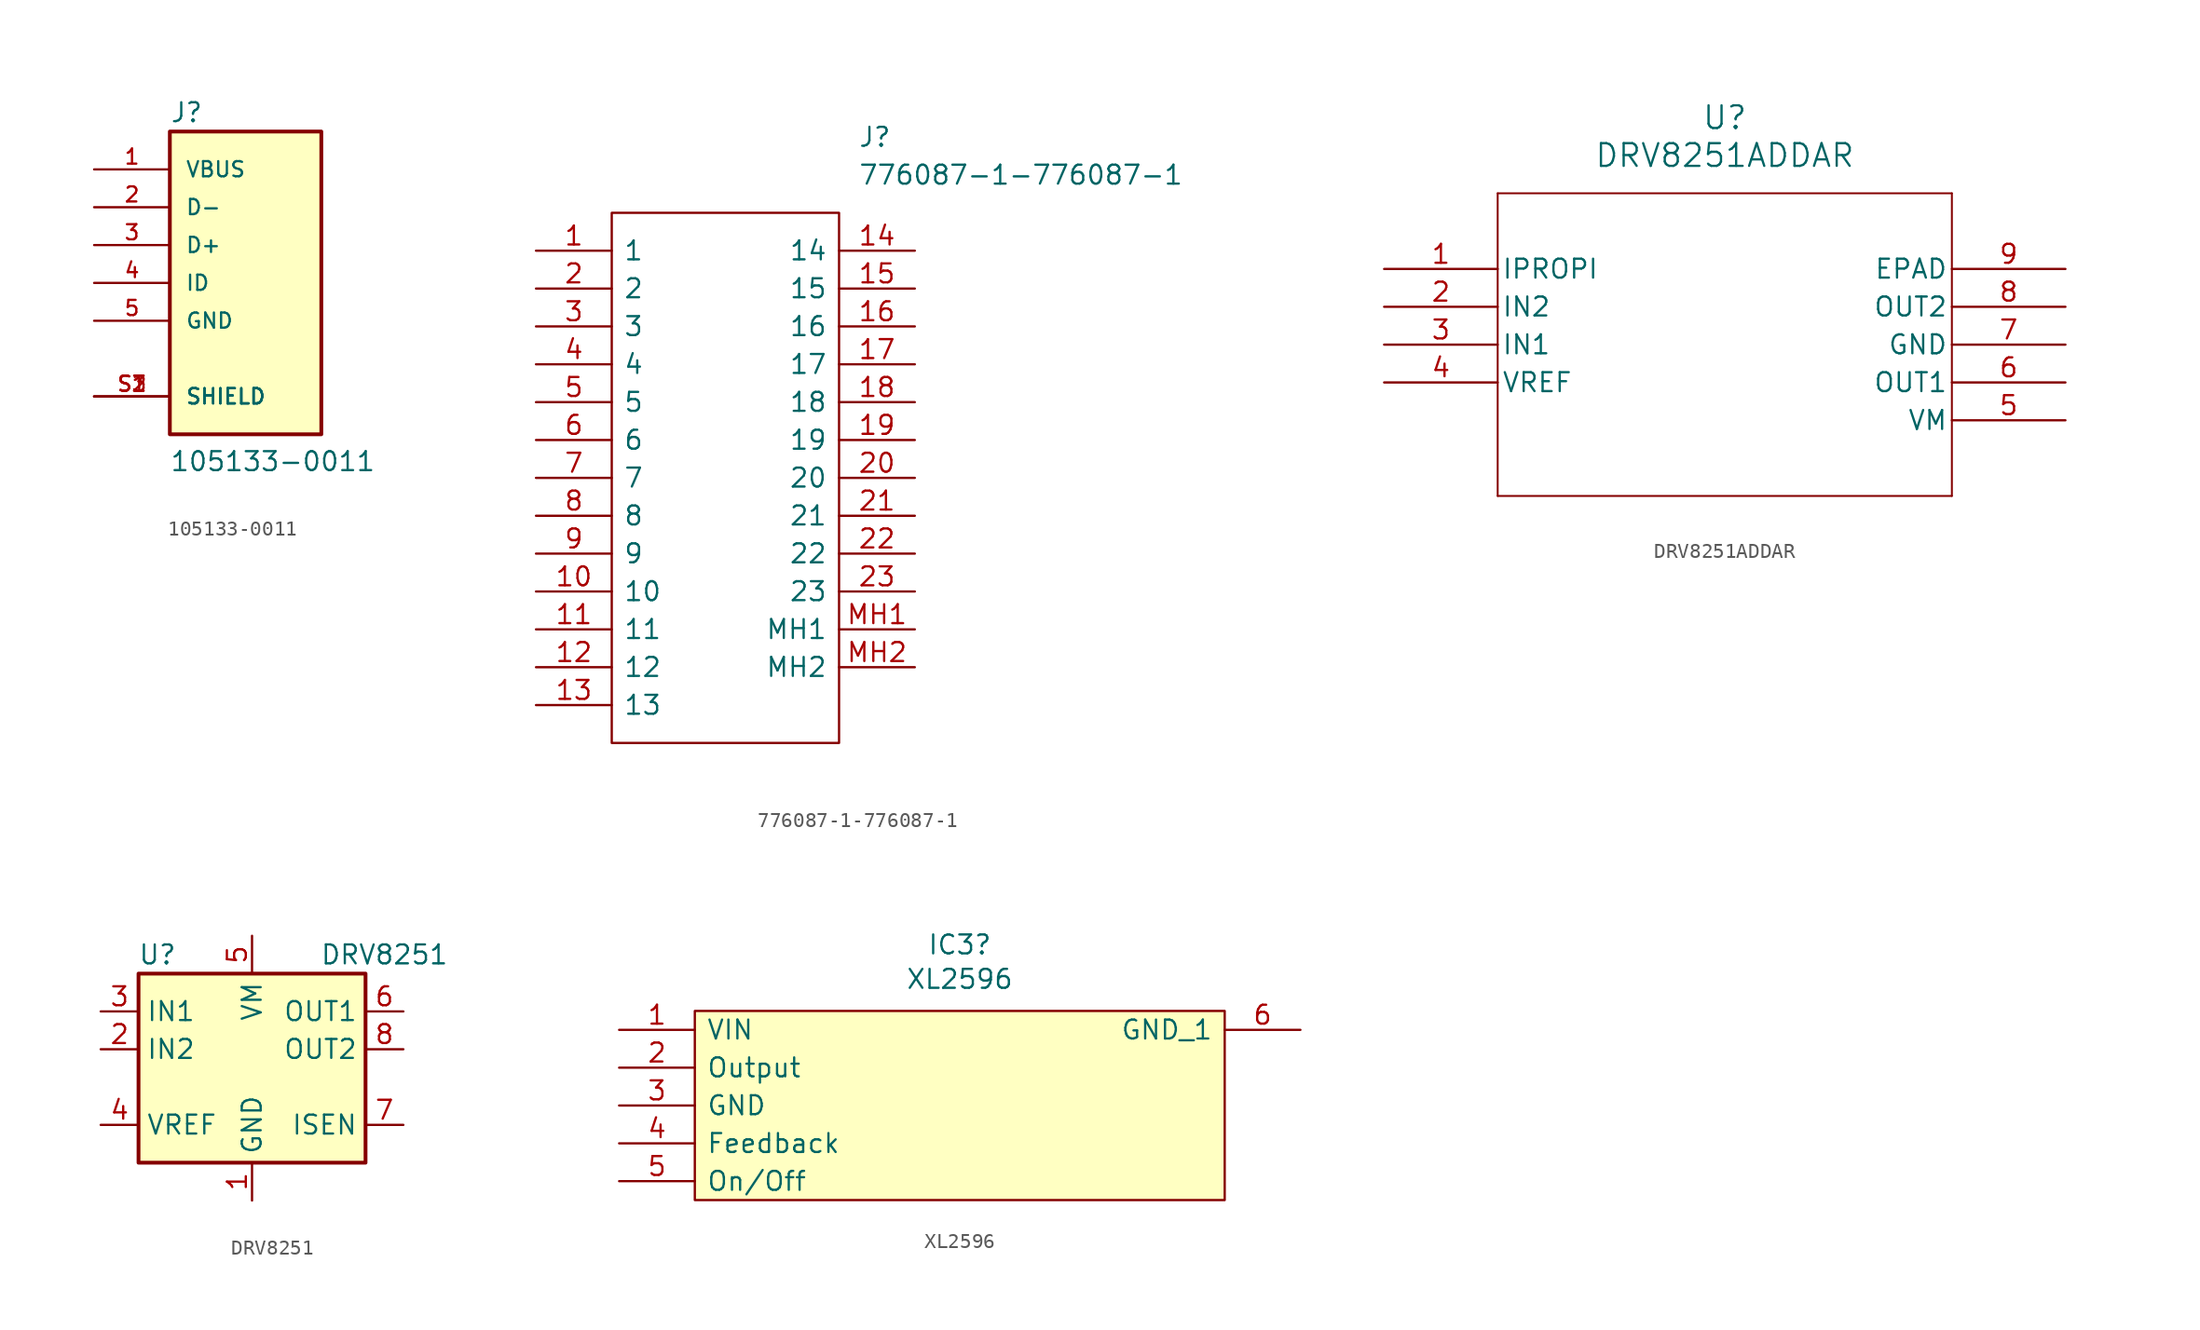
<source format=kicad_sym>
(kicad_symbol_lib
  (version 20220914)
  (generator kicad_symbol_editor)
  (symbol "105133-0011"
    (pin_names
      (offset 1.016))
    (property "Reference" "J"
      (at -5.08 10.693 0)
      (effects (font (size 1.27 1.27)) (justify left bottom)))
    (property "Value" "105133-0011"
      (at -5.105 -12.725 0)
      (effects (font (size 1.27 1.27)) (justify left bottom)))
    (property "ki_locked" ""
      (at 0 0 0)
      (effects (font (size 1.27 1.27))))
    (symbol "105133-0011_0_0"
      (rectangle (start -5.08 -10.16) (end 5.08 10.16) (stroke (width 0.254) (type solid)) (fill (type background)))
      (pin passive line (at -10.16 7.62 0) (length 5.08) (name "VBUS" (effects (font (size 1.016 1.016)))) (number "1" (effects (font (size 1.016 1.016)))))
      (pin passive line (at -10.16 5.08 0) (length 5.08) (name "D-" (effects (font (size 1.016 1.016)))) (number "2" (effects (font (size 1.016 1.016)))))
      (pin passive line (at -10.16 2.54 0) (length 5.08) (name "D+" (effects (font (size 1.016 1.016)))) (number "3" (effects (font (size 1.016 1.016)))))
      (pin passive line (at -10.16 0 0) (length 5.08) (name "ID" (effects (font (size 1.016 1.016)))) (number "4" (effects (font (size 1.016 1.016)))))
      (pin passive line (at -10.16 -2.54 0) (length 5.08) (name "GND" (effects (font (size 1.016 1.016)))) (number "5" (effects (font (size 1.016 1.016)))))
      (pin passive line (at -10.16 -7.62 0) (length 5.08) (name "SHIELD" (effects (font (size 1.016 1.016)))) (number "S1" (effects (font (size 1.016 1.016)))))
      (pin passive line (at -10.16 -7.62 0) (length 5.08) (name "SHIELD" (effects (font (size 1.016 1.016)))) (number "S2" (effects (font (size 1.016 1.016)))))
      (pin passive line (at -10.16 -7.62 0) (length 5.08) (name "SHIELD" (effects (font (size 1.016 1.016)))) (number "S3" (effects (font (size 1.016 1.016)))))))
  (symbol "776087-1-776087-1"
    (pin_names
      (offset 0.762))
    (property "Reference" "J"
      (at 21.59 7.62 0)
      (effects (font (size 1.27 1.27)) (justify left)))
    (property "Value" "776087-1-776087-1"
      (at 21.59 5.08 0)
      (effects (font (size 1.27 1.27)) (justify left)))
    (symbol "776087-1-776087-1_0_0"
      (pin passive line (at 0 0 0) (length 5.08) (name "1" (effects (font (size 1.27 1.27)))) (number "1" (effects (font (size 1.27 1.27)))))
      (pin passive line (at 0 -22.86 0) (length 5.08) (name "10" (effects (font (size 1.27 1.27)))) (number "10" (effects (font (size 1.27 1.27)))))
      (pin passive line (at 0 -25.4 0) (length 5.08) (name "11" (effects (font (size 1.27 1.27)))) (number "11" (effects (font (size 1.27 1.27)))))
      (pin passive line (at 0 -27.94 0) (length 5.08) (name "12" (effects (font (size 1.27 1.27)))) (number "12" (effects (font (size 1.27 1.27)))))
      (pin passive line (at 0 -30.48 0) (length 5.08) (name "13" (effects (font (size 1.27 1.27)))) (number "13" (effects (font (size 1.27 1.27)))))
      (pin passive line (at 25.4 0 180) (length 5.08) (name "14" (effects (font (size 1.27 1.27)))) (number "14" (effects (font (size 1.27 1.27)))))
      (pin passive line (at 25.4 -2.54 180) (length 5.08) (name "15" (effects (font (size 1.27 1.27)))) (number "15" (effects (font (size 1.27 1.27)))))
      (pin passive line (at 25.4 -5.08 180) (length 5.08) (name "16" (effects (font (size 1.27 1.27)))) (number "16" (effects (font (size 1.27 1.27)))))
      (pin passive line (at 25.4 -7.62 180) (length 5.08) (name "17" (effects (font (size 1.27 1.27)))) (number "17" (effects (font (size 1.27 1.27)))))
      (pin passive line (at 25.4 -10.16 180) (length 5.08) (name "18" (effects (font (size 1.27 1.27)))) (number "18" (effects (font (size 1.27 1.27)))))
      (pin passive line (at 25.4 -12.7 180) (length 5.08) (name "19" (effects (font (size 1.27 1.27)))) (number "19" (effects (font (size 1.27 1.27)))))
      (pin passive line (at 0 -2.54 0) (length 5.08) (name "2" (effects (font (size 1.27 1.27)))) (number "2" (effects (font (size 1.27 1.27)))))
      (pin passive line (at 25.4 -15.24 180) (length 5.08) (name "20" (effects (font (size 1.27 1.27)))) (number "20" (effects (font (size 1.27 1.27)))))
      (pin passive line (at 25.4 -17.78 180) (length 5.08) (name "21" (effects (font (size 1.27 1.27)))) (number "21" (effects (font (size 1.27 1.27)))))
      (pin passive line (at 25.4 -20.32 180) (length 5.08) (name "22" (effects (font (size 1.27 1.27)))) (number "22" (effects (font (size 1.27 1.27)))))
      (pin passive line (at 25.4 -22.86 180) (length 5.08) (name "23" (effects (font (size 1.27 1.27)))) (number "23" (effects (font (size 1.27 1.27)))))
      (pin passive line (at 0 -5.08 0) (length 5.08) (name "3" (effects (font (size 1.27 1.27)))) (number "3" (effects (font (size 1.27 1.27)))))
      (pin passive line (at 0 -7.62 0) (length 5.08) (name "4" (effects (font (size 1.27 1.27)))) (number "4" (effects (font (size 1.27 1.27)))))
      (pin passive line (at 0 -10.16 0) (length 5.08) (name "5" (effects (font (size 1.27 1.27)))) (number "5" (effects (font (size 1.27 1.27)))))
      (pin passive line (at 0 -12.7 0) (length 5.08) (name "6" (effects (font (size 1.27 1.27)))) (number "6" (effects (font (size 1.27 1.27)))))
      (pin passive line (at 0 -15.24 0) (length 5.08) (name "7" (effects (font (size 1.27 1.27)))) (number "7" (effects (font (size 1.27 1.27)))))
      (pin passive line (at 0 -17.78 0) (length 5.08) (name "8" (effects (font (size 1.27 1.27)))) (number "8" (effects (font (size 1.27 1.27)))))
      (pin passive line (at 0 -20.32 0) (length 5.08) (name "9" (effects (font (size 1.27 1.27)))) (number "9" (effects (font (size 1.27 1.27)))))
      (pin passive line (at 25.4 -25.4 180) (length 5.08) (name "MH1" (effects (font (size 1.27 1.27)))) (number "MH1" (effects (font (size 1.27 1.27)))))
      (pin passive line (at 25.4 -27.94 180) (length 5.08) (name "MH2" (effects (font (size 1.27 1.27)))) (number "MH2" (effects (font (size 1.27 1.27))))))
    (symbol "776087-1-776087-1_0_1"
      (polyline (pts (xy 5.08 2.54) (xy 20.32 2.54) (xy 20.32 -33.02) (xy 5.08 -33.02) (xy 5.08 2.54)) (stroke (width 0.152) (type solid)) (fill (type none)))))
  (symbol "DRV8251ADDAR"
    (pin_names
      (offset 0.254))
    (property "Reference" "U"
      (at 22.86 10.16 0)
      (effects (font (size 1.524 1.524))))
    (property "Value" "DRV8251ADDAR"
      (at 22.86 7.62 0)
      (effects (font (size 1.524 1.524))))
    (property "ki_locked" ""
      (at 0 0 0)
      (effects (font (size 1.27 1.27))))
    (symbol "DRV8251ADDAR_0_1"
      (polyline (pts (xy 7.62 -15.24) (xy 38.1 -15.24)) (stroke (width 0.127) (type default)) (fill (type none)))
      (polyline (pts (xy 7.62 5.08) (xy 7.62 -15.24)) (stroke (width 0.127) (type default)) (fill (type none)))
      (polyline (pts (xy 38.1 -15.24) (xy 38.1 5.08)) (stroke (width 0.127) (type default)) (fill (type none)))
      (polyline (pts (xy 38.1 5.08) (xy 7.62 5.08)) (stroke (width 0.127) (type default)) (fill (type none)))
      (pin passive line (at 0 0 0) (length 7.62) (name "IPROPI" (effects (font (size 1.27 1.27)))) (number "1" (effects (font (size 1.27 1.27)))))
      (pin passive line (at 0 -2.54 0) (length 7.62) (name "IN2" (effects (font (size 1.27 1.27)))) (number "2" (effects (font (size 1.27 1.27)))))
      (pin passive line (at 0 -5.08 0) (length 7.62) (name "IN1" (effects (font (size 1.27 1.27)))) (number "3" (effects (font (size 1.27 1.27)))))
      (pin passive line (at 0 -7.62 0) (length 7.62) (name "VREF" (effects (font (size 1.27 1.27)))) (number "4" (effects (font (size 1.27 1.27)))))
      (pin passive line (at 45.72 -10.16 180) (length 7.62) (name "VM" (effects (font (size 1.27 1.27)))) (number "5" (effects (font (size 1.27 1.27)))))
      (pin passive line (at 45.72 -7.62 180) (length 7.62) (name "OUT1" (effects (font (size 1.27 1.27)))) (number "6" (effects (font (size 1.27 1.27)))))
      (pin passive line (at 45.72 -5.08 180) (length 7.62) (name "GND" (effects (font (size 1.27 1.27)))) (number "7" (effects (font (size 1.27 1.27)))))
      (pin passive line (at 45.72 -2.54 180) (length 7.62) (name "OUT2" (effects (font (size 1.27 1.27)))) (number "8" (effects (font (size 1.27 1.27)))))
      (pin passive line (at 45.72 0 180) (length 7.62) (name "EPAD" (effects (font (size 1.27 1.27)))) (number "9" (effects (font (size 1.27 1.27)))))))
  (symbol "DRV8251"
    (property "Reference" "U"
      (at -6.35 6.35 0)
      (effects (font (size 1.27 1.27))))
    (property "Value" "DRV8251"
      (at 8.89 6.35 0)
      (effects (font (size 1.27 1.27))))
    (symbol "DRV8251_0_1"
      (rectangle (start -7.62 5.08) (end 7.62 -7.62) (stroke (width 0.254) (type default)) (fill (type background))))
    (symbol "DRV8251_1_1"
      (pin power_in line (at 0 -10.16 90) (length 2.54) (name "GND" (effects (font (size 1.27 1.27)))) (number "1" (effects (font (size 1.27 1.27)))))
      (pin input line (at -10.16 0 0) (length 2.54) (name "IN2" (effects (font (size 1.27 1.27)))) (number "2" (effects (font (size 1.27 1.27)))))
      (pin input line (at -10.16 2.54 0) (length 2.54) (name "IN1" (effects (font (size 1.27 1.27)))) (number "3" (effects (font (size 1.27 1.27)))))
      (pin input line (at -10.16 -5.08 0) (length 2.54) (name "VREF" (effects (font (size 1.27 1.27)))) (number "4" (effects (font (size 1.27 1.27)))))
      (pin power_in line (at 0 7.62 270) (length 2.54) (name "VM" (effects (font (size 1.27 1.27)))) (number "5" (effects (font (size 1.27 1.27)))))
      (pin output line (at 10.16 2.54 180) (length 2.54) (name "OUT1" (effects (font (size 1.27 1.27)))) (number "6" (effects (font (size 1.27 1.27)))))
      (pin passive line (at 10.16 -5.08 180) (length 2.54) (name "ISEN" (effects (font (size 1.27 1.27)))) (number "7" (effects (font (size 1.27 1.27)))))
      (pin output line (at 10.16 0 180) (length 2.54) (name "OUT2" (effects (font (size 1.27 1.27)))) (number "8" (effects (font (size 1.27 1.27)))))))
  (symbol "XL2596"
    (pin_names
      (offset 0.762))
    (property "Reference" "IC3"
      (at 22.86 5.715 0)
      (effects (font (size 1.27 1.27))))
    (property "Value" "XL2596"
      (at 22.86 3.404 0)
      (effects (font (size 1.27 1.27))))
    (symbol "XL2596_0_0"
      (pin input line (at 0 0 0) (length 5.08) (name "VIN" (effects (font (size 1.27 1.27)))) (number "1" (effects (font (size 1.27 1.27)))))
      (pin output line (at 0 -2.54 0) (length 5.08) (name "Output" (effects (font (size 1.27 1.27)))) (number "2" (effects (font (size 1.27 1.27)))))
      (pin input line (at 0 -5.08 0) (length 5.08) (name "GND" (effects (font (size 1.27 1.27)))) (number "3" (effects (font (size 1.27 1.27)))))
      (pin input line (at 0 -7.62 0) (length 5.08) (name "Feedback" (effects (font (size 1.27 1.27)))) (number "4" (effects (font (size 1.27 1.27)))))
      (pin passive line (at 0 -10.16 0) (length 5.08) (name "On/Off" (effects (font (size 1.27 1.27)))) (number "5" (effects (font (size 1.27 1.27)))))
      (pin input line (at 45.72 0 180) (length 5.08) (name "GND_1" (effects (font (size 1.27 1.27)))) (number "6" (effects (font (size 1.27 1.27))))))
    (symbol "XL2596_0_1"
      (rectangle (start 5.08 1.27) (end 40.64 -11.43) (stroke (width 0) (type default)) (fill (type background))))))
</source>
